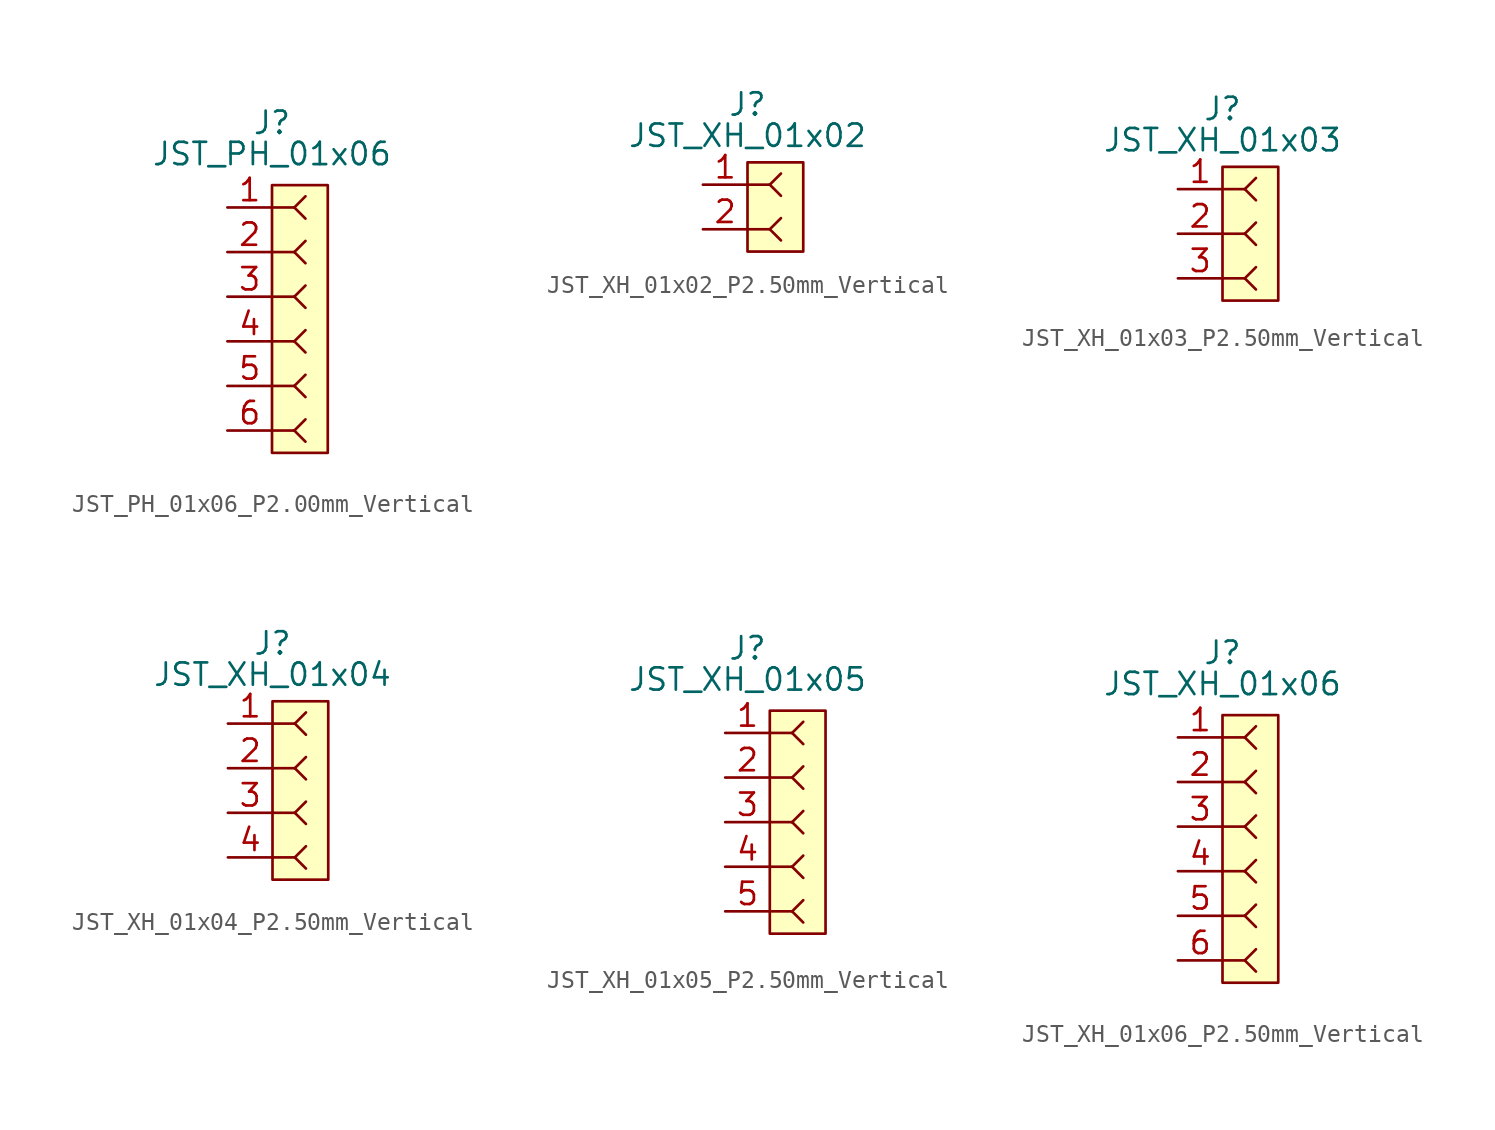
<source format=kicad_sym>
(kicad_symbol_lib
  (version 20241209)
  (generator "kicad_symbol_editor")
  (generator_version "9.0")
  (symbol "JST_PH_01x06_P2.00mm_Vertical"
    (property "Reference" "J"
      (at 0 11.176 0)
      (effects (font (size 1.27 1.27))))
    (property "Value" "JST_PH_01x06"
      (at 0 9.398 0)
      (effects (font (size 1.27 1.27))))
    (symbol "JST_PH_01x06_P2.00mm_Vertical_0_1"
      (polyline (pts (xy 0 6.35) (xy 1.27 6.35)) (stroke (width 0) (type default)) (fill (type none)))
      (polyline (pts (xy 0 3.81) (xy 1.27 3.81)) (stroke (width 0) (type default)) (fill (type none)))
      (polyline (pts (xy 0 1.27) (xy 1.27 1.27)) (stroke (width 0) (type default)) (fill (type none)))
      (polyline (pts (xy 0 -1.27) (xy 1.27 -1.27)) (stroke (width 0) (type default)) (fill (type none)))
      (polyline (pts (xy 0 -3.81) (xy 1.27 -3.81)) (stroke (width 0) (type default)) (fill (type none)))
      (polyline (pts (xy 0 -6.35) (xy 1.27 -6.35)) (stroke (width 0) (type default)) (fill (type none)))
      (polyline (pts (xy 1.27 6.35) (xy 1.905 6.985)) (stroke (width 0) (type default)) (fill (type none)))
      (polyline (pts (xy 1.27 6.35) (xy 1.905 5.715)) (stroke (width 0) (type default)) (fill (type none)))
      (polyline (pts (xy 1.27 3.81) (xy 1.905 4.445)) (stroke (width 0) (type default)) (fill (type none)))
      (polyline (pts (xy 1.27 3.81) (xy 1.905 3.175)) (stroke (width 0) (type default)) (fill (type none)))
      (polyline (pts (xy 1.27 1.27) (xy 1.905 1.905)) (stroke (width 0) (type default)) (fill (type none)))
      (polyline (pts (xy 1.27 1.27) (xy 1.905 0.635)) (stroke (width 0) (type default)) (fill (type none)))
      (polyline (pts (xy 1.27 -1.27) (xy 1.905 -0.635)) (stroke (width 0) (type default)) (fill (type none)))
      (polyline (pts (xy 1.27 -1.27) (xy 1.905 -1.905)) (stroke (width 0) (type default)) (fill (type none)))
      (polyline (pts (xy 1.27 -3.81) (xy 1.905 -3.175)) (stroke (width 0) (type default)) (fill (type none)))
      (polyline (pts (xy 1.27 -3.81) (xy 1.905 -4.445)) (stroke (width 0) (type default)) (fill (type none)))
      (polyline (pts (xy 1.27 -6.35) (xy 1.905 -5.715)) (stroke (width 0) (type default)) (fill (type none)))
      (polyline (pts (xy 1.27 -6.35) (xy 1.905 -6.985)) (stroke (width 0) (type default)) (fill (type none))))
    (symbol "JST_PH_01x06_P2.00mm_Vertical_1_1"
      (rectangle (start 0 7.62) (end 3.175 -7.62) (stroke (width 0) (type solid)) (fill (type background)))
      (pin passive line (at -2.54 6.35 0) (length 2.54) (name "" (effects (font (size 1.27 1.27)))) (number "1" (effects (font (size 1.27 1.27)))))
      (pin passive line (at -2.54 3.81 0) (length 2.54) (name "" (effects (font (size 1.27 1.27)))) (number "2" (effects (font (size 1.27 1.27)))))
      (pin passive line (at -2.54 1.27 0) (length 2.54) (name "" (effects (font (size 1.27 1.27)))) (number "3" (effects (font (size 1.27 1.27)))))
      (pin passive line (at -2.54 -1.27 0) (length 2.54) (name "" (effects (font (size 1.27 1.27)))) (number "4" (effects (font (size 1.27 1.27)))))
      (pin passive line (at -2.54 -3.81 0) (length 2.54) (name "" (effects (font (size 1.27 1.27)))) (number "5" (effects (font (size 1.27 1.27)))))
      (pin passive line (at -2.54 -6.35 0) (length 2.54) (name "" (effects (font (size 1.27 1.27)))) (number "6" (effects (font (size 1.27 1.27)))))))
  (symbol "JST_XH_01x02_P2.50mm_Vertical"
    (property "Reference" "J"
      (at 0 5.842 0)
      (effects (font (size 1.27 1.27))))
    (property "Value" "JST_XH_01x02"
      (at 0 4.064 0)
      (effects (font (size 1.27 1.27))))
    (symbol "JST_XH_01x02_P2.50mm_Vertical_0_1"
      (polyline (pts (xy 0 1.27) (xy 1.27 1.27)) (stroke (width 0) (type default)) (fill (type none)))
      (polyline (pts (xy 0 -1.27) (xy 1.27 -1.27)) (stroke (width 0) (type default)) (fill (type none)))
      (polyline (pts (xy 1.27 1.27) (xy 1.905 1.905)) (stroke (width 0) (type default)) (fill (type none)))
      (polyline (pts (xy 1.27 1.27) (xy 1.905 0.635)) (stroke (width 0) (type default)) (fill (type none)))
      (polyline (pts (xy 1.27 -1.27) (xy 1.905 -0.635)) (stroke (width 0) (type default)) (fill (type none)))
      (polyline (pts (xy 1.27 -1.27) (xy 1.905 -1.905)) (stroke (width 0) (type default)) (fill (type none))))
    (symbol "JST_XH_01x02_P2.50mm_Vertical_1_1"
      (rectangle (start 0 2.54) (end 3.175 -2.54) (stroke (width 0) (type solid)) (fill (type background)))
      (pin passive line (at -2.54 1.27 0) (length 2.54) (name "" (effects (font (size 1.27 1.27)))) (number "1" (effects (font (size 1.27 1.27)))))
      (pin passive line (at -2.54 -1.27 0) (length 2.54) (name "" (effects (font (size 1.27 1.27)))) (number "2" (effects (font (size 1.27 1.27)))))))
  (symbol "JST_XH_01x03_P2.50mm_Vertical"
    (property "Reference" "J"
      (at 0 7.112 0)
      (effects (font (size 1.27 1.27))))
    (property "Value" "JST_XH_01x03"
      (at 0 5.334 0)
      (effects (font (size 1.27 1.27))))
    (symbol "JST_XH_01x03_P2.50mm_Vertical_0_1"
      (polyline (pts (xy 0 2.54) (xy 1.27 2.54)) (stroke (width 0) (type default)) (fill (type none)))
      (polyline (pts (xy 0 0) (xy 1.27 0)) (stroke (width 0) (type default)) (fill (type none)))
      (polyline (pts (xy 0 -2.54) (xy 1.27 -2.54)) (stroke (width 0) (type default)) (fill (type none)))
      (polyline (pts (xy 1.27 2.54) (xy 1.905 3.175)) (stroke (width 0) (type default)) (fill (type none)))
      (polyline (pts (xy 1.27 2.54) (xy 1.905 1.905)) (stroke (width 0) (type default)) (fill (type none)))
      (polyline (pts (xy 1.27 0) (xy 1.905 0.635)) (stroke (width 0) (type default)) (fill (type none)))
      (polyline (pts (xy 1.27 0) (xy 1.905 -0.635)) (stroke (width 0) (type default)) (fill (type none)))
      (polyline (pts (xy 1.27 -2.54) (xy 1.905 -1.905)) (stroke (width 0) (type default)) (fill (type none)))
      (polyline (pts (xy 1.27 -2.54) (xy 1.905 -3.175)) (stroke (width 0) (type default)) (fill (type none))))
    (symbol "JST_XH_01x03_P2.50mm_Vertical_1_1"
      (rectangle (start 0 3.81) (end 3.175 -3.81) (stroke (width 0) (type solid)) (fill (type background)))
      (pin passive line (at -2.54 2.54 0) (length 2.54) (name "" (effects (font (size 1.27 1.27)))) (number "1" (effects (font (size 1.27 1.27)))))
      (pin passive line (at -2.54 0 0) (length 2.54) (name "" (effects (font (size 1.27 1.27)))) (number "2" (effects (font (size 1.27 1.27)))))
      (pin passive line (at -2.54 -2.54 0) (length 2.54) (name "" (effects (font (size 1.27 1.27)))) (number "3" (effects (font (size 1.27 1.27)))))))
  (symbol "JST_XH_01x04_P2.50mm_Vertical"
    (property "Reference" "J"
      (at 0 8.382 0)
      (effects (font (size 1.27 1.27))))
    (property "Value" "JST_XH_01x04"
      (at 0 6.604 0)
      (effects (font (size 1.27 1.27))))
    (symbol "JST_XH_01x04_P2.50mm_Vertical_0_1"
      (polyline (pts (xy 0 3.81) (xy 1.27 3.81)) (stroke (width 0) (type default)) (fill (type none)))
      (polyline (pts (xy 0 1.27) (xy 1.27 1.27)) (stroke (width 0) (type default)) (fill (type none)))
      (polyline (pts (xy 0 -1.27) (xy 1.27 -1.27)) (stroke (width 0) (type default)) (fill (type none)))
      (polyline (pts (xy 0 -3.81) (xy 1.27 -3.81)) (stroke (width 0) (type default)) (fill (type none)))
      (polyline (pts (xy 1.27 3.81) (xy 1.905 4.445)) (stroke (width 0) (type default)) (fill (type none)))
      (polyline (pts (xy 1.27 3.81) (xy 1.905 3.175)) (stroke (width 0) (type default)) (fill (type none)))
      (polyline (pts (xy 1.27 1.27) (xy 1.905 1.905)) (stroke (width 0) (type default)) (fill (type none)))
      (polyline (pts (xy 1.27 1.27) (xy 1.905 0.635)) (stroke (width 0) (type default)) (fill (type none)))
      (polyline (pts (xy 1.27 -1.27) (xy 1.905 -0.635)) (stroke (width 0) (type default)) (fill (type none)))
      (polyline (pts (xy 1.27 -1.27) (xy 1.905 -1.905)) (stroke (width 0) (type default)) (fill (type none)))
      (polyline (pts (xy 1.27 -3.81) (xy 1.905 -3.175)) (stroke (width 0) (type default)) (fill (type none)))
      (polyline (pts (xy 1.27 -3.81) (xy 1.905 -4.445)) (stroke (width 0) (type default)) (fill (type none))))
    (symbol "JST_XH_01x04_P2.50mm_Vertical_1_1"
      (rectangle (start 0 5.08) (end 3.175 -5.08) (stroke (width 0) (type solid)) (fill (type background)))
      (pin passive line (at -2.54 3.81 0) (length 2.54) (name "" (effects (font (size 1.27 1.27)))) (number "1" (effects (font (size 1.27 1.27)))))
      (pin passive line (at -2.54 1.27 0) (length 2.54) (name "" (effects (font (size 1.27 1.27)))) (number "2" (effects (font (size 1.27 1.27)))))
      (pin passive line (at -2.54 -1.27 0) (length 2.54) (name "" (effects (font (size 1.27 1.27)))) (number "3" (effects (font (size 1.27 1.27)))))
      (pin passive line (at -2.54 -3.81 0) (length 2.54) (name "" (effects (font (size 1.27 1.27)))) (number "4" (effects (font (size 1.27 1.27)))))))
  (symbol "JST_XH_01x05_P2.50mm_Vertical"
    (property "Reference" "J"
      (at 0 9.906 0)
      (effects (font (size 1.27 1.27))))
    (property "Value" "JST_XH_01x05"
      (at 0 8.128 0)
      (effects (font (size 1.27 1.27))))
    (symbol "JST_XH_01x05_P2.50mm_Vertical_0_1"
      (polyline (pts (xy 1.27 5.08) (xy 2.54 5.08)) (stroke (width 0) (type default)) (fill (type none)))
      (polyline (pts (xy 1.27 2.54) (xy 2.54 2.54)) (stroke (width 0) (type default)) (fill (type none)))
      (polyline (pts (xy 1.27 0) (xy 2.54 0)) (stroke (width 0) (type default)) (fill (type none)))
      (polyline (pts (xy 1.27 -2.54) (xy 2.54 -2.54)) (stroke (width 0) (type default)) (fill (type none)))
      (polyline (pts (xy 1.27 -5.08) (xy 2.54 -5.08)) (stroke (width 0) (type default)) (fill (type none)))
      (polyline (pts (xy 2.54 5.08) (xy 3.175 5.715)) (stroke (width 0) (type default)) (fill (type none)))
      (polyline (pts (xy 2.54 5.08) (xy 3.175 4.445)) (stroke (width 0) (type default)) (fill (type none)))
      (polyline (pts (xy 2.54 2.54) (xy 3.175 3.175)) (stroke (width 0) (type default)) (fill (type none)))
      (polyline (pts (xy 2.54 2.54) (xy 3.175 1.905)) (stroke (width 0) (type default)) (fill (type none)))
      (polyline (pts (xy 2.54 0) (xy 3.175 0.635)) (stroke (width 0) (type default)) (fill (type none)))
      (polyline (pts (xy 2.54 0) (xy 3.175 -0.635)) (stroke (width 0) (type default)) (fill (type none)))
      (polyline (pts (xy 2.54 -2.54) (xy 3.175 -1.905)) (stroke (width 0) (type default)) (fill (type none)))
      (polyline (pts (xy 2.54 -2.54) (xy 3.175 -3.175)) (stroke (width 0) (type default)) (fill (type none)))
      (polyline (pts (xy 2.54 -5.08) (xy 3.175 -4.445)) (stroke (width 0) (type default)) (fill (type none)))
      (polyline (pts (xy 2.54 -5.08) (xy 3.175 -5.715)) (stroke (width 0) (type default)) (fill (type none))))
    (symbol "JST_XH_01x05_P2.50mm_Vertical_1_1"
      (rectangle (start 1.27 6.35) (end 4.445 -6.35) (stroke (width 0) (type solid)) (fill (type background)))
      (pin passive line (at -1.27 5.08 0) (length 2.54) (name "" (effects (font (size 1.27 1.27)))) (number "1" (effects (font (size 1.27 1.27)))))
      (pin passive line (at -1.27 2.54 0) (length 2.54) (name "" (effects (font (size 1.27 1.27)))) (number "2" (effects (font (size 1.27 1.27)))))
      (pin passive line (at -1.27 0 0) (length 2.54) (name "" (effects (font (size 1.27 1.27)))) (number "3" (effects (font (size 1.27 1.27)))))
      (pin passive line (at -1.27 -2.54 0) (length 2.54) (name "" (effects (font (size 1.27 1.27)))) (number "4" (effects (font (size 1.27 1.27)))))
      (pin passive line (at -1.27 -5.08 0) (length 2.54) (name "" (effects (font (size 1.27 1.27)))) (number "5" (effects (font (size 1.27 1.27)))))))
  (symbol "JST_XH_01x06_P2.50mm_Vertical"
    (property "Reference" "J"
      (at 0 11.176 0)
      (effects (font (size 1.27 1.27))))
    (property "Value" "JST_XH_01x06"
      (at 0 9.398 0)
      (effects (font (size 1.27 1.27))))
    (symbol "JST_XH_01x06_P2.50mm_Vertical_0_1"
      (polyline (pts (xy 0 6.35) (xy 1.27 6.35)) (stroke (width 0) (type default)) (fill (type none)))
      (polyline (pts (xy 0 3.81) (xy 1.27 3.81)) (stroke (width 0) (type default)) (fill (type none)))
      (polyline (pts (xy 0 1.27) (xy 1.27 1.27)) (stroke (width 0) (type default)) (fill (type none)))
      (polyline (pts (xy 0 -1.27) (xy 1.27 -1.27)) (stroke (width 0) (type default)) (fill (type none)))
      (polyline (pts (xy 0 -3.81) (xy 1.27 -3.81)) (stroke (width 0) (type default)) (fill (type none)))
      (polyline (pts (xy 0 -6.35) (xy 1.27 -6.35)) (stroke (width 0) (type default)) (fill (type none)))
      (polyline (pts (xy 1.27 6.35) (xy 1.905 6.985)) (stroke (width 0) (type default)) (fill (type none)))
      (polyline (pts (xy 1.27 6.35) (xy 1.905 5.715)) (stroke (width 0) (type default)) (fill (type none)))
      (polyline (pts (xy 1.27 3.81) (xy 1.905 4.445)) (stroke (width 0) (type default)) (fill (type none)))
      (polyline (pts (xy 1.27 3.81) (xy 1.905 3.175)) (stroke (width 0) (type default)) (fill (type none)))
      (polyline (pts (xy 1.27 1.27) (xy 1.905 1.905)) (stroke (width 0) (type default)) (fill (type none)))
      (polyline (pts (xy 1.27 1.27) (xy 1.905 0.635)) (stroke (width 0) (type default)) (fill (type none)))
      (polyline (pts (xy 1.27 -1.27) (xy 1.905 -0.635)) (stroke (width 0) (type default)) (fill (type none)))
      (polyline (pts (xy 1.27 -1.27) (xy 1.905 -1.905)) (stroke (width 0) (type default)) (fill (type none)))
      (polyline (pts (xy 1.27 -3.81) (xy 1.905 -3.175)) (stroke (width 0) (type default)) (fill (type none)))
      (polyline (pts (xy 1.27 -3.81) (xy 1.905 -4.445)) (stroke (width 0) (type default)) (fill (type none)))
      (polyline (pts (xy 1.27 -6.35) (xy 1.905 -5.715)) (stroke (width 0) (type default)) (fill (type none)))
      (polyline (pts (xy 1.27 -6.35) (xy 1.905 -6.985)) (stroke (width 0) (type default)) (fill (type none))))
    (symbol "JST_XH_01x06_P2.50mm_Vertical_1_1"
      (rectangle (start 0 7.62) (end 3.175 -7.62) (stroke (width 0) (type solid)) (fill (type background)))
      (pin passive line (at -2.54 6.35 0) (length 2.54) (name "" (effects (font (size 1.27 1.27)))) (number "1" (effects (font (size 1.27 1.27)))))
      (pin passive line (at -2.54 3.81 0) (length 2.54) (name "" (effects (font (size 1.27 1.27)))) (number "2" (effects (font (size 1.27 1.27)))))
      (pin passive line (at -2.54 1.27 0) (length 2.54) (name "" (effects (font (size 1.27 1.27)))) (number "3" (effects (font (size 1.27 1.27)))))
      (pin passive line (at -2.54 -1.27 0) (length 2.54) (name "" (effects (font (size 1.27 1.27)))) (number "4" (effects (font (size 1.27 1.27)))))
      (pin passive line (at -2.54 -3.81 0) (length 2.54) (name "" (effects (font (size 1.27 1.27)))) (number "5" (effects (font (size 1.27 1.27)))))
      (pin passive line (at -2.54 -6.35 0) (length 2.54) (name "" (effects (font (size 1.27 1.27)))) (number "6" (effects (font (size 1.27 1.27))))))))
</source>
